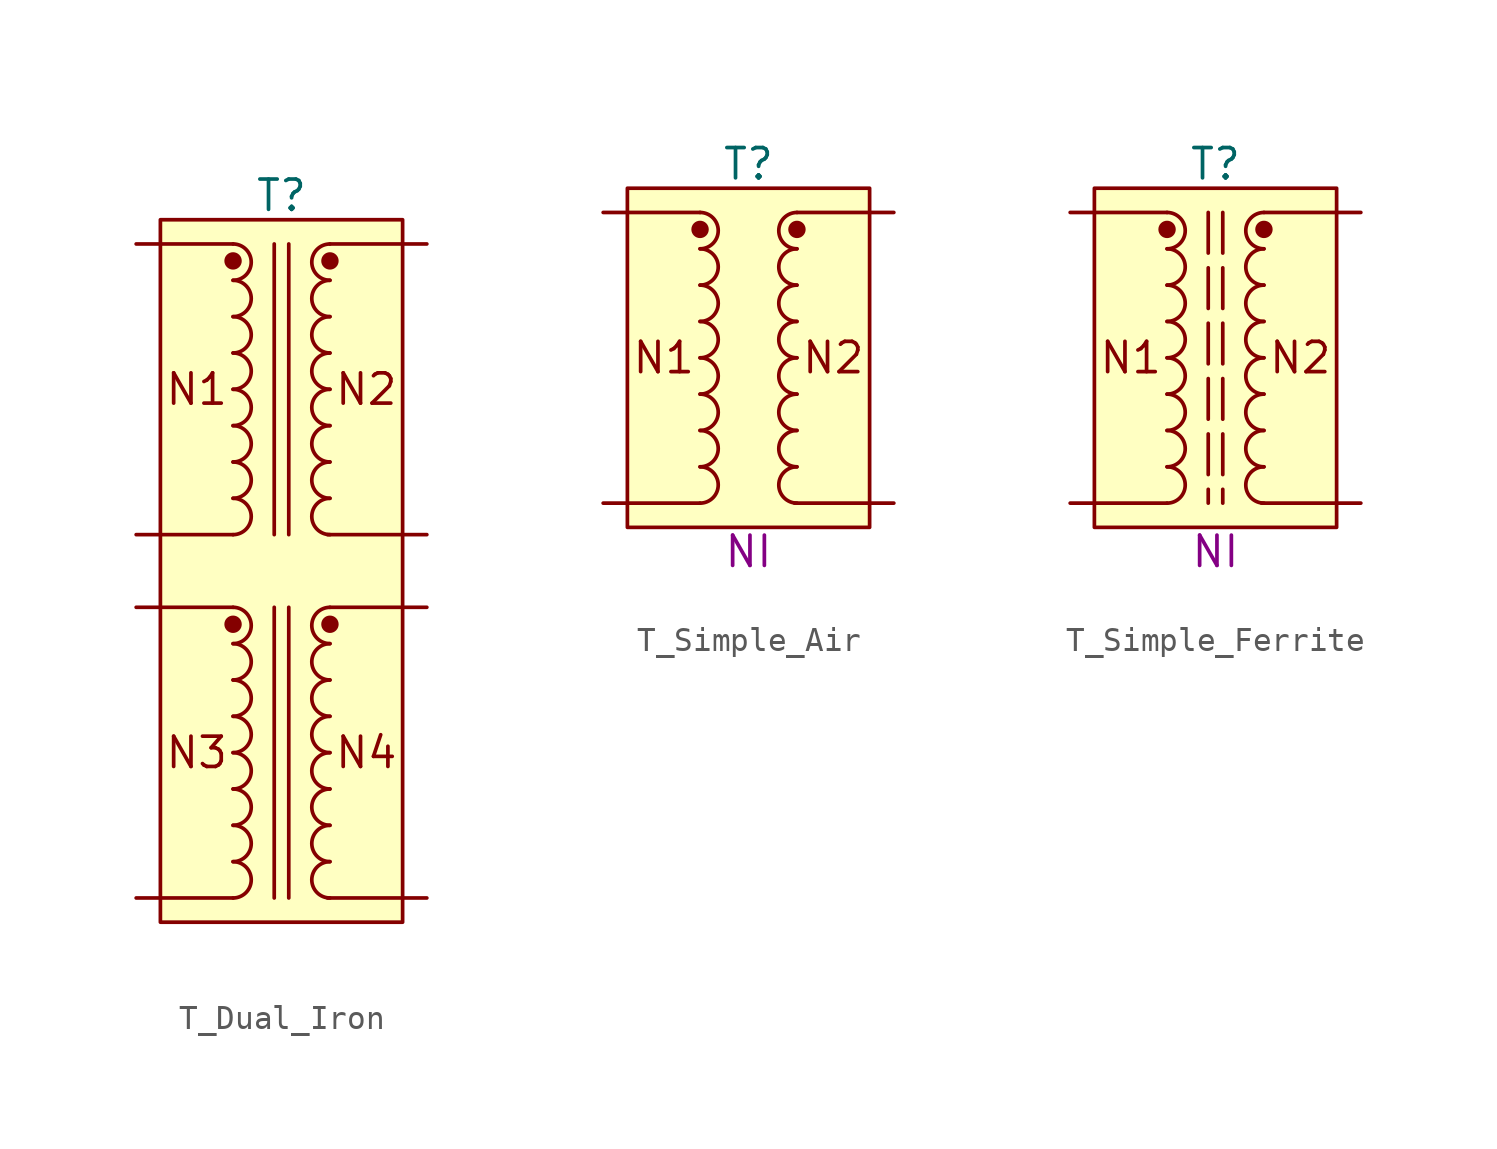
<source format=kicad_sym>
(kicad_symbol_lib
  (version 20241209)
  (generator "kicad_symbol_editor")
  (generator_version "9.0")
  (symbol "T_Dual_Iron"
    (pin_numbers
      (hide yes))
    (pin_names
      (offset 0)
      (hide yes))
    (property "Reference" "T"
      (at 6 2 0)
      (do_not_autoplace)
      (effects (font (size 1.25 1.25))))
    (property "Part#" ""
      (at 0 0 0)
      (effects (font (size 1.25 1.25))))
    (symbol "T_Dual_Iron_0_1"
      (polyline (pts (xy 1 0) (xy 4 0)) (stroke (width 0) (type default)) (fill (type none)))
      (polyline (pts (xy 1 -12) (xy 4 -12)) (stroke (width 0) (type default)) (fill (type none)))
      (polyline (pts (xy 1 -15) (xy 4 -15)) (stroke (width 0) (type default)) (fill (type none)))
      (polyline (pts (xy 1 -27) (xy 4 -27)) (stroke (width 0) (type default)) (fill (type none)))
      (arc (start 4 0) (mid 4.75 -0.75) (end 4 -1.5) (stroke (width 0) (type default)) (fill (type none)))
      (arc (start 4 -1.5) (mid 4.75 -2.25) (end 4 -3) (stroke (width 0) (type default)) (fill (type none)))
      (arc (start 4 -3) (mid 4.75 -3.75) (end 4 -4.5) (stroke (width 0) (type default)) (fill (type none)))
      (arc (start 4 -4.5) (mid 4.75 -5.25) (end 4 -6) (stroke (width 0) (type default)) (fill (type none)))
      (arc (start 4 -6) (mid 4.75 -6.75) (end 4 -7.5) (stroke (width 0) (type default)) (fill (type none)))
      (arc (start 4 -7.5) (mid 4.75 -8.25) (end 4 -9) (stroke (width 0) (type default)) (fill (type none)))
      (arc (start 4 -9) (mid 4.75 -9.75) (end 4 -10.5) (stroke (width 0) (type default)) (fill (type none)))
      (arc (start 4 -10.5) (mid 4.75 -11.25) (end 4 -12) (stroke (width 0) (type default)) (fill (type none)))
      (arc (start 4 -15) (mid 4.75 -15.75) (end 4 -16.5) (stroke (width 0) (type default)) (fill (type none)))
      (arc (start 4 -16.5) (mid 4.75 -17.25) (end 4 -18) (stroke (width 0) (type default)) (fill (type none)))
      (arc (start 4 -18) (mid 4.75 -18.75) (end 4 -19.5) (stroke (width 0) (type default)) (fill (type none)))
      (arc (start 4 -19.5) (mid 4.75 -20.25) (end 4 -21) (stroke (width 0) (type default)) (fill (type none)))
      (arc (start 4 -21) (mid 4.75 -21.75) (end 4 -22.5) (stroke (width 0) (type default)) (fill (type none)))
      (arc (start 4 -22.5) (mid 4.75 -23.25) (end 4 -24) (stroke (width 0) (type default)) (fill (type none)))
      (arc (start 4 -24) (mid 4.75 -24.75) (end 4 -25.5) (stroke (width 0) (type default)) (fill (type none)))
      (arc (start 4 -25.5) (mid 4.75 -26.25) (end 4 -27) (stroke (width 0) (type default)) (fill (type none)))
      (polyline (pts (xy 7.9 -12) (xy 11 -12)) (stroke (width 0) (type default)) (fill (type none)))
      (polyline (pts (xy 7.9 -27) (xy 11 -27)) (stroke (width 0) (type default)) (fill (type none)))
      (polyline (pts (xy 8 0) (xy 11 0)) (stroke (width 0) (type default)) (fill (type none)))
      (arc (start 8 -1.5) (mid 7.25 -0.75) (end 8 0) (stroke (width 0) (type default)) (fill (type none)))
      (arc (start 8 -3) (mid 7.25 -2.25) (end 8 -1.5) (stroke (width 0) (type default)) (fill (type none)))
      (arc (start 8 -4.5) (mid 7.25 -3.75) (end 8 -3) (stroke (width 0) (type default)) (fill (type none)))
      (arc (start 8 -6) (mid 7.25 -5.25) (end 8 -4.5) (stroke (width 0) (type default)) (fill (type none)))
      (arc (start 8 -7.5) (mid 7.25 -6.75) (end 8 -6) (stroke (width 0) (type default)) (fill (type none)))
      (arc (start 8 -9) (mid 7.25 -8.25) (end 8 -7.5) (stroke (width 0) (type default)) (fill (type none)))
      (arc (start 8 -10.5) (mid 7.25 -9.75) (end 8 -9) (stroke (width 0) (type default)) (fill (type none)))
      (arc (start 8 -12) (mid 7.25 -11.25) (end 8 -10.5) (stroke (width 0) (type default)) (fill (type none)))
      (polyline (pts (xy 8 -15) (xy 11 -15)) (stroke (width 0) (type default)) (fill (type none)))
      (arc (start 8 -16.5) (mid 7.25 -15.75) (end 8 -15) (stroke (width 0) (type default)) (fill (type none)))
      (arc (start 8 -18) (mid 7.25 -17.25) (end 8 -16.5) (stroke (width 0) (type default)) (fill (type none)))
      (arc (start 8 -19.5) (mid 7.25 -18.75) (end 8 -18) (stroke (width 0) (type default)) (fill (type none)))
      (arc (start 8 -21) (mid 7.25 -20.25) (end 8 -19.5) (stroke (width 0) (type default)) (fill (type none)))
      (arc (start 8 -22.5) (mid 7.25 -21.75) (end 8 -21) (stroke (width 0) (type default)) (fill (type none)))
      (arc (start 8 -24) (mid 7.25 -23.25) (end 8 -22.5) (stroke (width 0) (type default)) (fill (type none)))
      (arc (start 8 -25.5) (mid 7.25 -24.75) (end 8 -24) (stroke (width 0) (type default)) (fill (type none)))
      (arc (start 8 -27) (mid 7.25 -26.25) (end 8 -25.5) (stroke (width 0) (type default)) (fill (type none))))
    (symbol "T_Dual_Iron_1_1"
      (rectangle (start 1 1) (end 11 -28) (stroke (width 0) (type default)) (fill (type background)))
      (circle (center 4 -0.7) (radius 0.283) (stroke (width 0) (type default)) (fill (type outline)))
      (circle (center 4 -15.7) (radius 0.283) (stroke (width 0) (type default)) (fill (type outline)))
      (polyline (pts (xy 5.7 0) (xy 5.7 -12)) (stroke (width 0) (type solid)) (fill (type none)))
      (polyline (pts (xy 5.7 -15) (xy 5.7 -27)) (stroke (width 0) (type solid)) (fill (type none)))
      (polyline (pts (xy 6.3 0) (xy 6.3 -12)) (stroke (width 0) (type solid)) (fill (type none)))
      (polyline (pts (xy 6.3 -15) (xy 6.3 -27)) (stroke (width 0) (type solid)) (fill (type none)))
      (circle (center 8 -0.7) (radius 0.283) (stroke (width 0) (type default)) (fill (type outline)))
      (circle (center 8 -15.7) (radius 0.283) (stroke (width 0) (type default)) (fill (type outline)))
      (text "N1" (at 2.5 -6 0) (effects (font (size 1.25 1.25))))
      (text "N3" (at 2.5 -21 0) (effects (font (size 1.25 1.25))))
      (text "N2" (at 9.5 -6 0) (effects (font (size 1.25 1.25))))
      (text "N4" (at 9.5 -21 0) (effects (font (size 1.25 1.25))))
      (pin passive line (at 0 0 0) (length 1) (name "N1-1" (effects (font (size 1.25 1.25)))) (number "N1-1" (effects (font (size 1.25 1.25)))))
      (pin passive line (at 0 -12 0) (length 1) (name "N1-2" (effects (font (size 1.25 1.25)))) (number "N1-2" (effects (font (size 1.25 1.25)))))
      (pin passive line (at 0 -15 0) (length 1) (name "N3-1" (effects (font (size 1.25 1.25)))) (number "N3-1" (effects (font (size 1.25 1.25)))))
      (pin passive line (at 0 -27 0) (length 1) (name "N3-2" (effects (font (size 1.25 1.25)))) (number "N3-2" (effects (font (size 1.25 1.25)))))
      (pin passive line (at 12 0 180) (length 1) (name "N2-1" (effects (font (size 1.25 1.25)))) (number "N2-1" (effects (font (size 1.25 1.25)))))
      (pin passive line (at 12 -12 180) (length 1) (name "N2-2" (effects (font (size 1.25 1.25)))) (number "N2-2" (effects (font (size 1.25 1.25)))))
      (pin passive line (at 12 -15 180) (length 1) (name "N4-1" (effects (font (size 1.25 1.25)))) (number "N4-1" (effects (font (size 1.25 1.25)))))
      (pin passive line (at 12 -27 180) (length 1) (name "N4-2" (effects (font (size 1.25 1.25)))) (number "N4-2" (effects (font (size 1.25 1.25)))))))
  (symbol "T_Simple_Air"
    (pin_numbers
      (hide yes))
    (pin_names
      (offset 0)
      (hide yes))
    (property "Reference" "T"
      (at 6 2 0)
      (do_not_autoplace)
      (effects (font (size 1.25 1.25))))
    (property "Part#" "NI"
      (at 6 -14 0)
      (do_not_autoplace)
      (effects (font (size 1.25 1.25))))
    (symbol "T_Simple_Air_0_1"
      (polyline (pts (xy 1 0) (xy 4 0)) (stroke (width 0) (type default)) (fill (type none)))
      (polyline (pts (xy 1 -12) (xy 4 -12)) (stroke (width 0) (type default)) (fill (type none)))
      (arc (start 4 0) (mid 4.75 -0.75) (end 4 -1.5) (stroke (width 0) (type default)) (fill (type none)))
      (arc (start 4 -1.5) (mid 4.75 -2.25) (end 4 -3) (stroke (width 0) (type default)) (fill (type none)))
      (arc (start 4 -3) (mid 4.75 -3.75) (end 4 -4.5) (stroke (width 0) (type default)) (fill (type none)))
      (arc (start 4 -4.5) (mid 4.75 -5.25) (end 4 -6) (stroke (width 0) (type default)) (fill (type none)))
      (arc (start 4 -6) (mid 4.75 -6.75) (end 4 -7.5) (stroke (width 0) (type default)) (fill (type none)))
      (arc (start 4 -7.5) (mid 4.75 -8.25) (end 4 -9) (stroke (width 0) (type default)) (fill (type none)))
      (arc (start 4 -9) (mid 4.75 -9.75) (end 4 -10.5) (stroke (width 0) (type default)) (fill (type none)))
      (arc (start 4 -10.5) (mid 4.75 -11.25) (end 4 -12) (stroke (width 0) (type default)) (fill (type none)))
      (polyline (pts (xy 7.9 -12) (xy 11 -12)) (stroke (width 0) (type default)) (fill (type none)))
      (polyline (pts (xy 8 0) (xy 11 0)) (stroke (width 0) (type default)) (fill (type none)))
      (arc (start 8 -1.5) (mid 7.25 -0.75) (end 8 0) (stroke (width 0) (type default)) (fill (type none)))
      (arc (start 8 -3) (mid 7.25 -2.25) (end 8 -1.5) (stroke (width 0) (type default)) (fill (type none)))
      (arc (start 8 -4.5) (mid 7.25 -3.75) (end 8 -3) (stroke (width 0) (type default)) (fill (type none)))
      (arc (start 8 -6) (mid 7.25 -5.25) (end 8 -4.5) (stroke (width 0) (type default)) (fill (type none)))
      (arc (start 8 -7.5) (mid 7.25 -6.75) (end 8 -6) (stroke (width 0) (type default)) (fill (type none)))
      (arc (start 8 -9) (mid 7.25 -8.25) (end 8 -7.5) (stroke (width 0) (type default)) (fill (type none)))
      (arc (start 8 -10.5) (mid 7.25 -9.75) (end 8 -9) (stroke (width 0) (type default)) (fill (type none)))
      (arc (start 8 -12) (mid 7.25 -11.25) (end 8 -10.5) (stroke (width 0) (type default)) (fill (type none))))
    (symbol "T_Simple_Air_1_1"
      (rectangle (start 1 1) (end 11 -13) (stroke (width 0) (type default)) (fill (type background)))
      (circle (center 4 -0.7) (radius 0.283) (stroke (width 0) (type default)) (fill (type outline)))
      (circle (center 8 -0.7) (radius 0.283) (stroke (width 0) (type default)) (fill (type outline)))
      (text "N1" (at 2.5 -6 0) (effects (font (size 1.25 1.25))))
      (text "N2" (at 9.5 -6 0) (effects (font (size 1.25 1.25))))
      (pin passive line (at 0 0 0) (length 1) (name "N1-1" (effects (font (size 1.25 1.25)))) (number "N1-1" (effects (font (size 1.25 1.25)))))
      (pin passive line (at 0 -12 0) (length 1) (name "N1-2" (effects (font (size 1.25 1.25)))) (number "N1-2" (effects (font (size 1.25 1.25)))))
      (pin passive line (at 12 0 180) (length 1) (name "N2-1" (effects (font (size 1.25 1.25)))) (number "N2-1" (effects (font (size 1.25 1.25)))))
      (pin passive line (at 12 -12 180) (length 1) (name "N2-2" (effects (font (size 1.25 1.25)))) (number "N2-2" (effects (font (size 1.25 1.25)))))))
  (symbol "T_Simple_Ferrite"
    (pin_numbers
      (hide yes))
    (pin_names
      (offset 0)
      (hide yes))
    (property "Reference" "T"
      (at 6 2 0)
      (do_not_autoplace)
      (effects (font (size 1.25 1.25))))
    (property "Part#" "NI"
      (at 6 -14 0)
      (do_not_autoplace)
      (effects (font (size 1.25 1.25))))
    (symbol "T_Simple_Ferrite_0_1"
      (polyline (pts (xy 1 0) (xy 4 0)) (stroke (width 0) (type default)) (fill (type none)))
      (polyline (pts (xy 1 -12) (xy 4 -12)) (stroke (width 0) (type default)) (fill (type none)))
      (arc (start 4 0) (mid 4.75 -0.75) (end 4 -1.5) (stroke (width 0) (type default)) (fill (type none)))
      (arc (start 4 -1.5) (mid 4.75 -2.25) (end 4 -3) (stroke (width 0) (type default)) (fill (type none)))
      (arc (start 4 -3) (mid 4.75 -3.75) (end 4 -4.5) (stroke (width 0) (type default)) (fill (type none)))
      (arc (start 4 -4.5) (mid 4.75 -5.25) (end 4 -6) (stroke (width 0) (type default)) (fill (type none)))
      (arc (start 4 -6) (mid 4.75 -6.75) (end 4 -7.5) (stroke (width 0) (type default)) (fill (type none)))
      (arc (start 4 -7.5) (mid 4.75 -8.25) (end 4 -9) (stroke (width 0) (type default)) (fill (type none)))
      (arc (start 4 -9) (mid 4.75 -9.75) (end 4 -10.5) (stroke (width 0) (type default)) (fill (type none)))
      (arc (start 4 -10.5) (mid 4.75 -11.25) (end 4 -12) (stroke (width 0) (type default)) (fill (type none)))
      (polyline (pts (xy 7.9 -12) (xy 11 -12)) (stroke (width 0) (type default)) (fill (type none)))
      (polyline (pts (xy 8 0) (xy 11 0)) (stroke (width 0) (type default)) (fill (type none)))
      (arc (start 8 -1.5) (mid 7.25 -0.75) (end 8 0) (stroke (width 0) (type default)) (fill (type none)))
      (arc (start 8 -3) (mid 7.25 -2.25) (end 8 -1.5) (stroke (width 0) (type default)) (fill (type none)))
      (arc (start 8 -4.5) (mid 7.25 -3.75) (end 8 -3) (stroke (width 0) (type default)) (fill (type none)))
      (arc (start 8 -6) (mid 7.25 -5.25) (end 8 -4.5) (stroke (width 0) (type default)) (fill (type none)))
      (arc (start 8 -7.5) (mid 7.25 -6.75) (end 8 -6) (stroke (width 0) (type default)) (fill (type none)))
      (arc (start 8 -9) (mid 7.25 -8.25) (end 8 -7.5) (stroke (width 0) (type default)) (fill (type none)))
      (arc (start 8 -10.5) (mid 7.25 -9.75) (end 8 -9) (stroke (width 0) (type default)) (fill (type none)))
      (arc (start 8 -12) (mid 7.25 -11.25) (end 8 -10.5) (stroke (width 0) (type default)) (fill (type none))))
    (symbol "T_Simple_Ferrite_1_1"
      (rectangle (start 1 1) (end 11 -13) (stroke (width 0) (type default)) (fill (type background)))
      (circle (center 4 -0.7) (radius 0.283) (stroke (width 0) (type default)) (fill (type outline)))
      (polyline (pts (xy 5.7 0) (xy 5.7 -12)) (stroke (width 0) (type dash)) (fill (type none)))
      (polyline (pts (xy 6.3 0) (xy 6.3 -12)) (stroke (width 0) (type dash)) (fill (type none)))
      (circle (center 8 -0.7) (radius 0.283) (stroke (width 0) (type default)) (fill (type outline)))
      (text "N1" (at 2.5 -6 0) (effects (font (size 1.25 1.25))))
      (text "N2" (at 9.5 -6 0) (effects (font (size 1.25 1.25))))
      (pin passive line (at 0 0 0) (length 1) (name "N1-1" (effects (font (size 1.25 1.25)))) (number "N1-1" (effects (font (size 1.25 1.25)))))
      (pin passive line (at 0 -12 0) (length 1) (name "N1-2" (effects (font (size 1.25 1.25)))) (number "N1-2" (effects (font (size 1.25 1.25)))))
      (pin passive line (at 12 0 180) (length 1) (name "N2-1" (effects (font (size 1.25 1.25)))) (number "N2-1" (effects (font (size 1.25 1.25)))))
      (pin passive line (at 12 -12 180) (length 1) (name "N2-2" (effects (font (size 1.25 1.25)))) (number "N2-2" (effects (font (size 1.25 1.25))))))))
</source>
